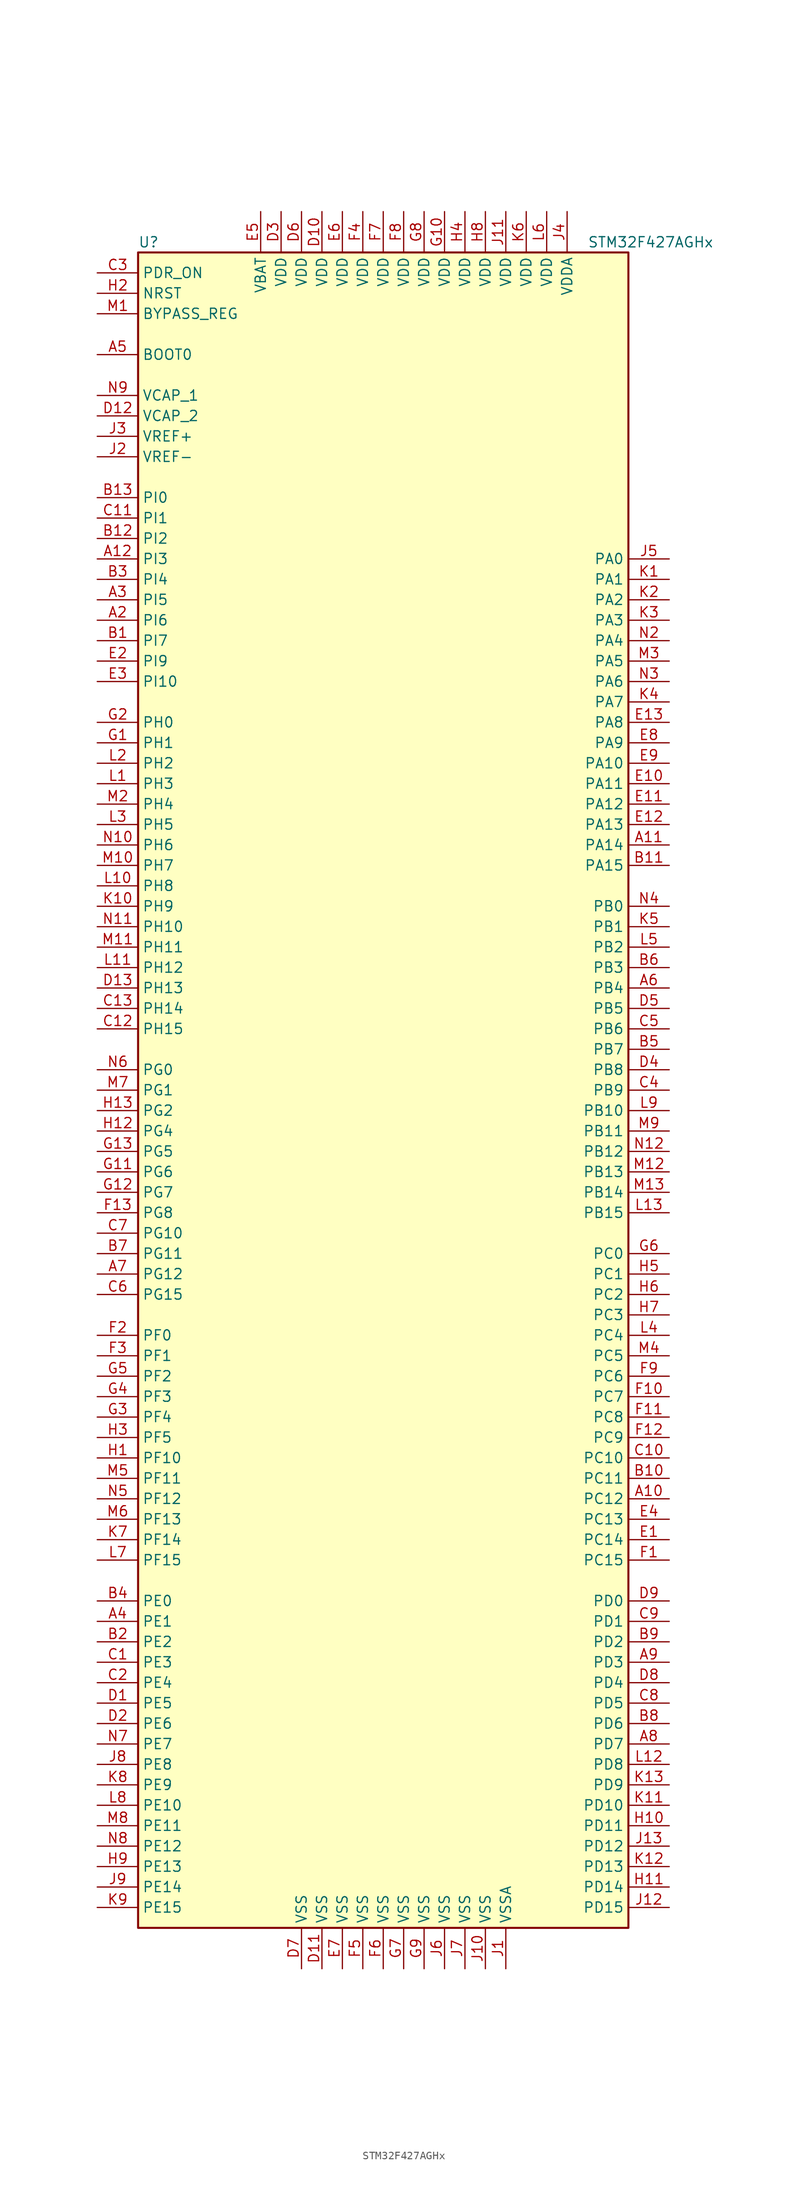
<source format=kicad_sym>
(kicad_symbol_lib
  (version 20201005)
  (generator kicad_symbol_editor)
  (symbol "STM32F427AGHx"
    (property "Reference" "U"
      (at -30.48 105.41 0)
      (effects (font (size 1.27 1.27)) (justify left)))
    (property "Value" "STM32F427AGHx"
      (at 25.4 105.41 0)
      (effects (font (size 1.27 1.27)) (justify left)))
    (symbol "STM32F427AGHx_0_1"
      (rectangle (start -30.48 -104.14) (end 30.48 104.14) (stroke (width 0.254)) (fill (type background))))
    (symbol "STM32F427AGHx_1_1"
      (pin input line (at -35.56 91.44 0) (length 5.08) (name "BOOT0" (effects (font (size 1.27 1.27)))) (number "A5" (effects (font (size 1.27 1.27)))))
      (pin input line (at -35.56 96.52 0) (length 5.08) (name "BYPASS_REG" (effects (font (size 1.27 1.27)))) (number "M1" (effects (font (size 1.27 1.27)))))
      (pin no_connect line (at -30.48 -101.6 0) (length 5.08) hide (name "NC" (effects (font (size 1.27 1.27)))) (number "A1" (effects (font (size 1.27 1.27)))))
      (pin no_connect line (at -30.48 -99.06 0) (length 5.08) hide (name "NC" (effects (font (size 1.27 1.27)))) (number "A13" (effects (font (size 1.27 1.27)))))
      (pin no_connect line (at -30.48 -96.52 0) (length 5.08) hide (name "NC" (effects (font (size 1.27 1.27)))) (number "N1" (effects (font (size 1.27 1.27)))))
      (pin no_connect line (at -30.48 -93.98 0) (length 5.08) hide (name "NC" (effects (font (size 1.27 1.27)))) (number "N13" (effects (font (size 1.27 1.27)))))
      (pin input line (at -35.56 99.06 0) (length 5.08) (name "NRST" (effects (font (size 1.27 1.27)))) (number "H2" (effects (font (size 1.27 1.27)))))
      (pin bidirectional line (at 35.56 66.04 180) (length 5.08) (name "PA0" (effects (font (size 1.27 1.27)))) (number "J5" (effects (font (size 1.27 1.27)))))
      (pin bidirectional line (at 35.56 63.5 180) (length 5.08) (name "PA1" (effects (font (size 1.27 1.27)))) (number "K1" (effects (font (size 1.27 1.27)))))
      (pin bidirectional line (at 35.56 40.64 180) (length 5.08) (name "PA10" (effects (font (size 1.27 1.27)))) (number "E9" (effects (font (size 1.27 1.27)))))
      (pin bidirectional line (at 35.56 38.1 180) (length 5.08) (name "PA11" (effects (font (size 1.27 1.27)))) (number "E10" (effects (font (size 1.27 1.27)))))
      (pin bidirectional line (at 35.56 35.56 180) (length 5.08) (name "PA12" (effects (font (size 1.27 1.27)))) (number "E11" (effects (font (size 1.27 1.27)))))
      (pin bidirectional line (at 35.56 33.02 180) (length 5.08) (name "PA13" (effects (font (size 1.27 1.27)))) (number "E12" (effects (font (size 1.27 1.27)))))
      (pin bidirectional line (at 35.56 30.48 180) (length 5.08) (name "PA14" (effects (font (size 1.27 1.27)))) (number "A11" (effects (font (size 1.27 1.27)))))
      (pin bidirectional line (at 35.56 27.94 180) (length 5.08) (name "PA15" (effects (font (size 1.27 1.27)))) (number "B11" (effects (font (size 1.27 1.27)))))
      (pin bidirectional line (at 35.56 60.96 180) (length 5.08) (name "PA2" (effects (font (size 1.27 1.27)))) (number "K2" (effects (font (size 1.27 1.27)))))
      (pin bidirectional line (at 35.56 58.42 180) (length 5.08) (name "PA3" (effects (font (size 1.27 1.27)))) (number "K3" (effects (font (size 1.27 1.27)))))
      (pin bidirectional line (at 35.56 55.88 180) (length 5.08) (name "PA4" (effects (font (size 1.27 1.27)))) (number "N2" (effects (font (size 1.27 1.27)))))
      (pin bidirectional line (at 35.56 53.34 180) (length 5.08) (name "PA5" (effects (font (size 1.27 1.27)))) (number "M3" (effects (font (size 1.27 1.27)))))
      (pin bidirectional line (at 35.56 50.8 180) (length 5.08) (name "PA6" (effects (font (size 1.27 1.27)))) (number "N3" (effects (font (size 1.27 1.27)))))
      (pin bidirectional line (at 35.56 48.26 180) (length 5.08) (name "PA7" (effects (font (size 1.27 1.27)))) (number "K4" (effects (font (size 1.27 1.27)))))
      (pin bidirectional line (at 35.56 45.72 180) (length 5.08) (name "PA8" (effects (font (size 1.27 1.27)))) (number "E13" (effects (font (size 1.27 1.27)))))
      (pin bidirectional line (at 35.56 43.18 180) (length 5.08) (name "PA9" (effects (font (size 1.27 1.27)))) (number "E8" (effects (font (size 1.27 1.27)))))
      (pin bidirectional line (at 35.56 22.86 180) (length 5.08) (name "PB0" (effects (font (size 1.27 1.27)))) (number "N4" (effects (font (size 1.27 1.27)))))
      (pin bidirectional line (at 35.56 20.32 180) (length 5.08) (name "PB1" (effects (font (size 1.27 1.27)))) (number "K5" (effects (font (size 1.27 1.27)))))
      (pin bidirectional line (at 35.56 -2.54 180) (length 5.08) (name "PB10" (effects (font (size 1.27 1.27)))) (number "L9" (effects (font (size 1.27 1.27)))))
      (pin bidirectional line (at 35.56 -5.08 180) (length 5.08) (name "PB11" (effects (font (size 1.27 1.27)))) (number "M9" (effects (font (size 1.27 1.27)))))
      (pin bidirectional line (at 35.56 -7.62 180) (length 5.08) (name "PB12" (effects (font (size 1.27 1.27)))) (number "N12" (effects (font (size 1.27 1.27)))))
      (pin bidirectional line (at 35.56 -10.16 180) (length 5.08) (name "PB13" (effects (font (size 1.27 1.27)))) (number "M12" (effects (font (size 1.27 1.27)))))
      (pin bidirectional line (at 35.56 -12.7 180) (length 5.08) (name "PB14" (effects (font (size 1.27 1.27)))) (number "M13" (effects (font (size 1.27 1.27)))))
      (pin bidirectional line (at 35.56 -15.24 180) (length 5.08) (name "PB15" (effects (font (size 1.27 1.27)))) (number "L13" (effects (font (size 1.27 1.27)))))
      (pin bidirectional line (at 35.56 17.78 180) (length 5.08) (name "PB2" (effects (font (size 1.27 1.27)))) (number "L5" (effects (font (size 1.27 1.27)))))
      (pin bidirectional line (at 35.56 15.24 180) (length 5.08) (name "PB3" (effects (font (size 1.27 1.27)))) (number "B6" (effects (font (size 1.27 1.27)))))
      (pin bidirectional line (at 35.56 12.7 180) (length 5.08) (name "PB4" (effects (font (size 1.27 1.27)))) (number "A6" (effects (font (size 1.27 1.27)))))
      (pin bidirectional line (at 35.56 10.16 180) (length 5.08) (name "PB5" (effects (font (size 1.27 1.27)))) (number "D5" (effects (font (size 1.27 1.27)))))
      (pin bidirectional line (at 35.56 7.62 180) (length 5.08) (name "PB6" (effects (font (size 1.27 1.27)))) (number "C5" (effects (font (size 1.27 1.27)))))
      (pin bidirectional line (at 35.56 5.08 180) (length 5.08) (name "PB7" (effects (font (size 1.27 1.27)))) (number "B5" (effects (font (size 1.27 1.27)))))
      (pin bidirectional line (at 35.56 2.54 180) (length 5.08) (name "PB8" (effects (font (size 1.27 1.27)))) (number "D4" (effects (font (size 1.27 1.27)))))
      (pin bidirectional line (at 35.56 0 180) (length 5.08) (name "PB9" (effects (font (size 1.27 1.27)))) (number "C4" (effects (font (size 1.27 1.27)))))
      (pin bidirectional line (at 35.56 -20.32 180) (length 5.08) (name "PC0" (effects (font (size 1.27 1.27)))) (number "G6" (effects (font (size 1.27 1.27)))))
      (pin bidirectional line (at 35.56 -22.86 180) (length 5.08) (name "PC1" (effects (font (size 1.27 1.27)))) (number "H5" (effects (font (size 1.27 1.27)))))
      (pin bidirectional line (at 35.56 -45.72 180) (length 5.08) (name "PC10" (effects (font (size 1.27 1.27)))) (number "C10" (effects (font (size 1.27 1.27)))))
      (pin bidirectional line (at 35.56 -48.26 180) (length 5.08) (name "PC11" (effects (font (size 1.27 1.27)))) (number "B10" (effects (font (size 1.27 1.27)))))
      (pin bidirectional line (at 35.56 -50.8 180) (length 5.08) (name "PC12" (effects (font (size 1.27 1.27)))) (number "A10" (effects (font (size 1.27 1.27)))))
      (pin bidirectional line (at 35.56 -53.34 180) (length 5.08) (name "PC13" (effects (font (size 1.27 1.27)))) (number "E4" (effects (font (size 1.27 1.27)))))
      (pin bidirectional line (at 35.56 -55.88 180) (length 5.08) (name "PC14" (effects (font (size 1.27 1.27)))) (number "E1" (effects (font (size 1.27 1.27)))))
      (pin bidirectional line (at 35.56 -58.42 180) (length 5.08) (name "PC15" (effects (font (size 1.27 1.27)))) (number "F1" (effects (font (size 1.27 1.27)))))
      (pin bidirectional line (at 35.56 -25.4 180) (length 5.08) (name "PC2" (effects (font (size 1.27 1.27)))) (number "H6" (effects (font (size 1.27 1.27)))))
      (pin bidirectional line (at 35.56 -27.94 180) (length 5.08) (name "PC3" (effects (font (size 1.27 1.27)))) (number "H7" (effects (font (size 1.27 1.27)))))
      (pin bidirectional line (at 35.56 -30.48 180) (length 5.08) (name "PC4" (effects (font (size 1.27 1.27)))) (number "L4" (effects (font (size 1.27 1.27)))))
      (pin bidirectional line (at 35.56 -33.02 180) (length 5.08) (name "PC5" (effects (font (size 1.27 1.27)))) (number "M4" (effects (font (size 1.27 1.27)))))
      (pin bidirectional line (at 35.56 -35.56 180) (length 5.08) (name "PC6" (effects (font (size 1.27 1.27)))) (number "F9" (effects (font (size 1.27 1.27)))))
      (pin bidirectional line (at 35.56 -38.1 180) (length 5.08) (name "PC7" (effects (font (size 1.27 1.27)))) (number "F10" (effects (font (size 1.27 1.27)))))
      (pin bidirectional line (at 35.56 -40.64 180) (length 5.08) (name "PC8" (effects (font (size 1.27 1.27)))) (number "F11" (effects (font (size 1.27 1.27)))))
      (pin bidirectional line (at 35.56 -43.18 180) (length 5.08) (name "PC9" (effects (font (size 1.27 1.27)))) (number "F12" (effects (font (size 1.27 1.27)))))
      (pin bidirectional line (at 35.56 -63.5 180) (length 5.08) (name "PD0" (effects (font (size 1.27 1.27)))) (number "D9" (effects (font (size 1.27 1.27)))))
      (pin bidirectional line (at 35.56 -66.04 180) (length 5.08) (name "PD1" (effects (font (size 1.27 1.27)))) (number "C9" (effects (font (size 1.27 1.27)))))
      (pin bidirectional line (at 35.56 -88.9 180) (length 5.08) (name "PD10" (effects (font (size 1.27 1.27)))) (number "K11" (effects (font (size 1.27 1.27)))))
      (pin bidirectional line (at 35.56 -91.44 180) (length 5.08) (name "PD11" (effects (font (size 1.27 1.27)))) (number "H10" (effects (font (size 1.27 1.27)))))
      (pin bidirectional line (at 35.56 -93.98 180) (length 5.08) (name "PD12" (effects (font (size 1.27 1.27)))) (number "J13" (effects (font (size 1.27 1.27)))))
      (pin bidirectional line (at 35.56 -96.52 180) (length 5.08) (name "PD13" (effects (font (size 1.27 1.27)))) (number "K12" (effects (font (size 1.27 1.27)))))
      (pin bidirectional line (at 35.56 -99.06 180) (length 5.08) (name "PD14" (effects (font (size 1.27 1.27)))) (number "H11" (effects (font (size 1.27 1.27)))))
      (pin bidirectional line (at 35.56 -101.6 180) (length 5.08) (name "PD15" (effects (font (size 1.27 1.27)))) (number "J12" (effects (font (size 1.27 1.27)))))
      (pin bidirectional line (at 35.56 -68.58 180) (length 5.08) (name "PD2" (effects (font (size 1.27 1.27)))) (number "B9" (effects (font (size 1.27 1.27)))))
      (pin bidirectional line (at 35.56 -71.12 180) (length 5.08) (name "PD3" (effects (font (size 1.27 1.27)))) (number "A9" (effects (font (size 1.27 1.27)))))
      (pin bidirectional line (at 35.56 -73.66 180) (length 5.08) (name "PD4" (effects (font (size 1.27 1.27)))) (number "D8" (effects (font (size 1.27 1.27)))))
      (pin bidirectional line (at 35.56 -76.2 180) (length 5.08) (name "PD5" (effects (font (size 1.27 1.27)))) (number "C8" (effects (font (size 1.27 1.27)))))
      (pin bidirectional line (at 35.56 -78.74 180) (length 5.08) (name "PD6" (effects (font (size 1.27 1.27)))) (number "B8" (effects (font (size 1.27 1.27)))))
      (pin bidirectional line (at 35.56 -81.28 180) (length 5.08) (name "PD7" (effects (font (size 1.27 1.27)))) (number "A8" (effects (font (size 1.27 1.27)))))
      (pin bidirectional line (at 35.56 -83.82 180) (length 5.08) (name "PD8" (effects (font (size 1.27 1.27)))) (number "L12" (effects (font (size 1.27 1.27)))))
      (pin bidirectional line (at 35.56 -86.36 180) (length 5.08) (name "PD9" (effects (font (size 1.27 1.27)))) (number "K13" (effects (font (size 1.27 1.27)))))
      (pin input line (at -35.56 101.6 0) (length 5.08) (name "PDR_ON" (effects (font (size 1.27 1.27)))) (number "C3" (effects (font (size 1.27 1.27)))))
      (pin bidirectional line (at -35.56 -63.5 0) (length 5.08) (name "PE0" (effects (font (size 1.27 1.27)))) (number "B4" (effects (font (size 1.27 1.27)))))
      (pin bidirectional line (at -35.56 -66.04 0) (length 5.08) (name "PE1" (effects (font (size 1.27 1.27)))) (number "A4" (effects (font (size 1.27 1.27)))))
      (pin bidirectional line (at -35.56 -88.9 0) (length 5.08) (name "PE10" (effects (font (size 1.27 1.27)))) (number "L8" (effects (font (size 1.27 1.27)))))
      (pin bidirectional line (at -35.56 -91.44 0) (length 5.08) (name "PE11" (effects (font (size 1.27 1.27)))) (number "M8" (effects (font (size 1.27 1.27)))))
      (pin bidirectional line (at -35.56 -93.98 0) (length 5.08) (name "PE12" (effects (font (size 1.27 1.27)))) (number "N8" (effects (font (size 1.27 1.27)))))
      (pin bidirectional line (at -35.56 -96.52 0) (length 5.08) (name "PE13" (effects (font (size 1.27 1.27)))) (number "H9" (effects (font (size 1.27 1.27)))))
      (pin bidirectional line (at -35.56 -99.06 0) (length 5.08) (name "PE14" (effects (font (size 1.27 1.27)))) (number "J9" (effects (font (size 1.27 1.27)))))
      (pin bidirectional line (at -35.56 -101.6 0) (length 5.08) (name "PE15" (effects (font (size 1.27 1.27)))) (number "K9" (effects (font (size 1.27 1.27)))))
      (pin bidirectional line (at -35.56 -68.58 0) (length 5.08) (name "PE2" (effects (font (size 1.27 1.27)))) (number "B2" (effects (font (size 1.27 1.27)))))
      (pin bidirectional line (at -35.56 -71.12 0) (length 5.08) (name "PE3" (effects (font (size 1.27 1.27)))) (number "C1" (effects (font (size 1.27 1.27)))))
      (pin bidirectional line (at -35.56 -73.66 0) (length 5.08) (name "PE4" (effects (font (size 1.27 1.27)))) (number "C2" (effects (font (size 1.27 1.27)))))
      (pin bidirectional line (at -35.56 -76.2 0) (length 5.08) (name "PE5" (effects (font (size 1.27 1.27)))) (number "D1" (effects (font (size 1.27 1.27)))))
      (pin bidirectional line (at -35.56 -78.74 0) (length 5.08) (name "PE6" (effects (font (size 1.27 1.27)))) (number "D2" (effects (font (size 1.27 1.27)))))
      (pin bidirectional line (at -35.56 -81.28 0) (length 5.08) (name "PE7" (effects (font (size 1.27 1.27)))) (number "N7" (effects (font (size 1.27 1.27)))))
      (pin bidirectional line (at -35.56 -83.82 0) (length 5.08) (name "PE8" (effects (font (size 1.27 1.27)))) (number "J8" (effects (font (size 1.27 1.27)))))
      (pin bidirectional line (at -35.56 -86.36 0) (length 5.08) (name "PE9" (effects (font (size 1.27 1.27)))) (number "K8" (effects (font (size 1.27 1.27)))))
      (pin bidirectional line (at -35.56 -30.48 0) (length 5.08) (name "PF0" (effects (font (size 1.27 1.27)))) (number "F2" (effects (font (size 1.27 1.27)))))
      (pin bidirectional line (at -35.56 -33.02 0) (length 5.08) (name "PF1" (effects (font (size 1.27 1.27)))) (number "F3" (effects (font (size 1.27 1.27)))))
      (pin bidirectional line (at -35.56 -45.72 0) (length 5.08) (name "PF10" (effects (font (size 1.27 1.27)))) (number "H1" (effects (font (size 1.27 1.27)))))
      (pin bidirectional line (at -35.56 -48.26 0) (length 5.08) (name "PF11" (effects (font (size 1.27 1.27)))) (number "M5" (effects (font (size 1.27 1.27)))))
      (pin bidirectional line (at -35.56 -50.8 0) (length 5.08) (name "PF12" (effects (font (size 1.27 1.27)))) (number "N5" (effects (font (size 1.27 1.27)))))
      (pin bidirectional line (at -35.56 -53.34 0) (length 5.08) (name "PF13" (effects (font (size 1.27 1.27)))) (number "M6" (effects (font (size 1.27 1.27)))))
      (pin bidirectional line (at -35.56 -55.88 0) (length 5.08) (name "PF14" (effects (font (size 1.27 1.27)))) (number "K7" (effects (font (size 1.27 1.27)))))
      (pin bidirectional line (at -35.56 -58.42 0) (length 5.08) (name "PF15" (effects (font (size 1.27 1.27)))) (number "L7" (effects (font (size 1.27 1.27)))))
      (pin bidirectional line (at -35.56 -35.56 0) (length 5.08) (name "PF2" (effects (font (size 1.27 1.27)))) (number "G5" (effects (font (size 1.27 1.27)))))
      (pin bidirectional line (at -35.56 -38.1 0) (length 5.08) (name "PF3" (effects (font (size 1.27 1.27)))) (number "G4" (effects (font (size 1.27 1.27)))))
      (pin bidirectional line (at -35.56 -40.64 0) (length 5.08) (name "PF4" (effects (font (size 1.27 1.27)))) (number "G3" (effects (font (size 1.27 1.27)))))
      (pin bidirectional line (at -35.56 -43.18 0) (length 5.08) (name "PF5" (effects (font (size 1.27 1.27)))) (number "H3" (effects (font (size 1.27 1.27)))))
      (pin bidirectional line (at -35.56 2.54 0) (length 5.08) (name "PG0" (effects (font (size 1.27 1.27)))) (number "N6" (effects (font (size 1.27 1.27)))))
      (pin bidirectional line (at -35.56 0 0) (length 5.08) (name "PG1" (effects (font (size 1.27 1.27)))) (number "M7" (effects (font (size 1.27 1.27)))))
      (pin bidirectional line (at -35.56 -17.78 0) (length 5.08) (name "PG10" (effects (font (size 1.27 1.27)))) (number "C7" (effects (font (size 1.27 1.27)))))
      (pin bidirectional line (at -35.56 -20.32 0) (length 5.08) (name "PG11" (effects (font (size 1.27 1.27)))) (number "B7" (effects (font (size 1.27 1.27)))))
      (pin bidirectional line (at -35.56 -22.86 0) (length 5.08) (name "PG12" (effects (font (size 1.27 1.27)))) (number "A7" (effects (font (size 1.27 1.27)))))
      (pin bidirectional line (at -35.56 -25.4 0) (length 5.08) (name "PG15" (effects (font (size 1.27 1.27)))) (number "C6" (effects (font (size 1.27 1.27)))))
      (pin bidirectional line (at -35.56 -2.54 0) (length 5.08) (name "PG2" (effects (font (size 1.27 1.27)))) (number "H13" (effects (font (size 1.27 1.27)))))
      (pin bidirectional line (at -35.56 -5.08 0) (length 5.08) (name "PG4" (effects (font (size 1.27 1.27)))) (number "H12" (effects (font (size 1.27 1.27)))))
      (pin bidirectional line (at -35.56 -7.62 0) (length 5.08) (name "PG5" (effects (font (size 1.27 1.27)))) (number "G13" (effects (font (size 1.27 1.27)))))
      (pin bidirectional line (at -35.56 -10.16 0) (length 5.08) (name "PG6" (effects (font (size 1.27 1.27)))) (number "G11" (effects (font (size 1.27 1.27)))))
      (pin bidirectional line (at -35.56 -12.7 0) (length 5.08) (name "PG7" (effects (font (size 1.27 1.27)))) (number "G12" (effects (font (size 1.27 1.27)))))
      (pin bidirectional line (at -35.56 -15.24 0) (length 5.08) (name "PG8" (effects (font (size 1.27 1.27)))) (number "F13" (effects (font (size 1.27 1.27)))))
      (pin input line (at -35.56 45.72 0) (length 5.08) (name "PH0" (effects (font (size 1.27 1.27)))) (number "G2" (effects (font (size 1.27 1.27)))))
      (pin input line (at -35.56 43.18 0) (length 5.08) (name "PH1" (effects (font (size 1.27 1.27)))) (number "G1" (effects (font (size 1.27 1.27)))))
      (pin bidirectional line (at -35.56 20.32 0) (length 5.08) (name "PH10" (effects (font (size 1.27 1.27)))) (number "N11" (effects (font (size 1.27 1.27)))))
      (pin bidirectional line (at -35.56 17.78 0) (length 5.08) (name "PH11" (effects (font (size 1.27 1.27)))) (number "M11" (effects (font (size 1.27 1.27)))))
      (pin bidirectional line (at -35.56 15.24 0) (length 5.08) (name "PH12" (effects (font (size 1.27 1.27)))) (number "L11" (effects (font (size 1.27 1.27)))))
      (pin bidirectional line (at -35.56 12.7 0) (length 5.08) (name "PH13" (effects (font (size 1.27 1.27)))) (number "D13" (effects (font (size 1.27 1.27)))))
      (pin bidirectional line (at -35.56 10.16 0) (length 5.08) (name "PH14" (effects (font (size 1.27 1.27)))) (number "C13" (effects (font (size 1.27 1.27)))))
      (pin bidirectional line (at -35.56 7.62 0) (length 5.08) (name "PH15" (effects (font (size 1.27 1.27)))) (number "C12" (effects (font (size 1.27 1.27)))))
      (pin bidirectional line (at -35.56 40.64 0) (length 5.08) (name "PH2" (effects (font (size 1.27 1.27)))) (number "L2" (effects (font (size 1.27 1.27)))))
      (pin bidirectional line (at -35.56 38.1 0) (length 5.08) (name "PH3" (effects (font (size 1.27 1.27)))) (number "L1" (effects (font (size 1.27 1.27)))))
      (pin bidirectional line (at -35.56 35.56 0) (length 5.08) (name "PH4" (effects (font (size 1.27 1.27)))) (number "M2" (effects (font (size 1.27 1.27)))))
      (pin bidirectional line (at -35.56 33.02 0) (length 5.08) (name "PH5" (effects (font (size 1.27 1.27)))) (number "L3" (effects (font (size 1.27 1.27)))))
      (pin bidirectional line (at -35.56 30.48 0) (length 5.08) (name "PH6" (effects (font (size 1.27 1.27)))) (number "N10" (effects (font (size 1.27 1.27)))))
      (pin bidirectional line (at -35.56 27.94 0) (length 5.08) (name "PH7" (effects (font (size 1.27 1.27)))) (number "M10" (effects (font (size 1.27 1.27)))))
      (pin bidirectional line (at -35.56 25.4 0) (length 5.08) (name "PH8" (effects (font (size 1.27 1.27)))) (number "L10" (effects (font (size 1.27 1.27)))))
      (pin bidirectional line (at -35.56 22.86 0) (length 5.08) (name "PH9" (effects (font (size 1.27 1.27)))) (number "K10" (effects (font (size 1.27 1.27)))))
      (pin bidirectional line (at -35.56 73.66 0) (length 5.08) (name "PI0" (effects (font (size 1.27 1.27)))) (number "B13" (effects (font (size 1.27 1.27)))))
      (pin bidirectional line (at -35.56 71.12 0) (length 5.08) (name "PI1" (effects (font (size 1.27 1.27)))) (number "C11" (effects (font (size 1.27 1.27)))))
      (pin bidirectional line (at -35.56 50.8 0) (length 5.08) (name "PI10" (effects (font (size 1.27 1.27)))) (number "E3" (effects (font (size 1.27 1.27)))))
      (pin bidirectional line (at -35.56 68.58 0) (length 5.08) (name "PI2" (effects (font (size 1.27 1.27)))) (number "B12" (effects (font (size 1.27 1.27)))))
      (pin bidirectional line (at -35.56 66.04 0) (length 5.08) (name "PI3" (effects (font (size 1.27 1.27)))) (number "A12" (effects (font (size 1.27 1.27)))))
      (pin bidirectional line (at -35.56 63.5 0) (length 5.08) (name "PI4" (effects (font (size 1.27 1.27)))) (number "B3" (effects (font (size 1.27 1.27)))))
      (pin bidirectional line (at -35.56 60.96 0) (length 5.08) (name "PI5" (effects (font (size 1.27 1.27)))) (number "A3" (effects (font (size 1.27 1.27)))))
      (pin bidirectional line (at -35.56 58.42 0) (length 5.08) (name "PI6" (effects (font (size 1.27 1.27)))) (number "A2" (effects (font (size 1.27 1.27)))))
      (pin bidirectional line (at -35.56 55.88 0) (length 5.08) (name "PI7" (effects (font (size 1.27 1.27)))) (number "B1" (effects (font (size 1.27 1.27)))))
      (pin bidirectional line (at -35.56 53.34 0) (length 5.08) (name "PI9" (effects (font (size 1.27 1.27)))) (number "E2" (effects (font (size 1.27 1.27)))))
      (pin power_in line (at -15.24 109.22 270) (length 5.08) (name "VBAT" (effects (font (size 1.27 1.27)))) (number "E5" (effects (font (size 1.27 1.27)))))
      (pin power_in line (at -35.56 86.36 0) (length 5.08) (name "VCAP_1" (effects (font (size 1.27 1.27)))) (number "N9" (effects (font (size 1.27 1.27)))))
      (pin power_in line (at -35.56 83.82 0) (length 5.08) (name "VCAP_2" (effects (font (size 1.27 1.27)))) (number "D12" (effects (font (size 1.27 1.27)))))
      (pin power_in line (at -7.62 109.22 270) (length 5.08) (name "VDD" (effects (font (size 1.27 1.27)))) (number "D10" (effects (font (size 1.27 1.27)))))
      (pin power_in line (at -12.7 109.22 270) (length 5.08) (name "VDD" (effects (font (size 1.27 1.27)))) (number "D3" (effects (font (size 1.27 1.27)))))
      (pin power_in line (at -10.16 109.22 270) (length 5.08) (name "VDD" (effects (font (size 1.27 1.27)))) (number "D6" (effects (font (size 1.27 1.27)))))
      (pin power_in line (at -5.08 109.22 270) (length 5.08) (name "VDD" (effects (font (size 1.27 1.27)))) (number "E6" (effects (font (size 1.27 1.27)))))
      (pin power_in line (at -2.54 109.22 270) (length 5.08) (name "VDD" (effects (font (size 1.27 1.27)))) (number "F4" (effects (font (size 1.27 1.27)))))
      (pin power_in line (at 0 109.22 270) (length 5.08) (name "VDD" (effects (font (size 1.27 1.27)))) (number "F7" (effects (font (size 1.27 1.27)))))
      (pin power_in line (at 2.54 109.22 270) (length 5.08) (name "VDD" (effects (font (size 1.27 1.27)))) (number "F8" (effects (font (size 1.27 1.27)))))
      (pin power_in line (at 7.62 109.22 270) (length 5.08) (name "VDD" (effects (font (size 1.27 1.27)))) (number "G10" (effects (font (size 1.27 1.27)))))
      (pin power_in line (at 5.08 109.22 270) (length 5.08) (name "VDD" (effects (font (size 1.27 1.27)))) (number "G8" (effects (font (size 1.27 1.27)))))
      (pin power_in line (at 10.16 109.22 270) (length 5.08) (name "VDD" (effects (font (size 1.27 1.27)))) (number "H4" (effects (font (size 1.27 1.27)))))
      (pin power_in line (at 12.7 109.22 270) (length 5.08) (name "VDD" (effects (font (size 1.27 1.27)))) (number "H8" (effects (font (size 1.27 1.27)))))
      (pin power_in line (at 15.24 109.22 270) (length 5.08) (name "VDD" (effects (font (size 1.27 1.27)))) (number "J11" (effects (font (size 1.27 1.27)))))
      (pin power_in line (at 17.78 109.22 270) (length 5.08) (name "VDD" (effects (font (size 1.27 1.27)))) (number "K6" (effects (font (size 1.27 1.27)))))
      (pin power_in line (at 20.32 109.22 270) (length 5.08) (name "VDD" (effects (font (size 1.27 1.27)))) (number "L6" (effects (font (size 1.27 1.27)))))
      (pin power_in line (at 22.86 109.22 270) (length 5.08) (name "VDDA" (effects (font (size 1.27 1.27)))) (number "J4" (effects (font (size 1.27 1.27)))))
      (pin power_in line (at -35.56 81.28 0) (length 5.08) (name "VREF+" (effects (font (size 1.27 1.27)))) (number "J3" (effects (font (size 1.27 1.27)))))
      (pin power_in line (at -35.56 78.74 0) (length 5.08) (name "VREF-" (effects (font (size 1.27 1.27)))) (number "J2" (effects (font (size 1.27 1.27)))))
      (pin power_in line (at -7.62 -109.22 90) (length 5.08) (name "VSS" (effects (font (size 1.27 1.27)))) (number "D11" (effects (font (size 1.27 1.27)))))
      (pin power_in line (at -10.16 -109.22 90) (length 5.08) (name "VSS" (effects (font (size 1.27 1.27)))) (number "D7" (effects (font (size 1.27 1.27)))))
      (pin power_in line (at -5.08 -109.22 90) (length 5.08) (name "VSS" (effects (font (size 1.27 1.27)))) (number "E7" (effects (font (size 1.27 1.27)))))
      (pin power_in line (at -2.54 -109.22 90) (length 5.08) (name "VSS" (effects (font (size 1.27 1.27)))) (number "F5" (effects (font (size 1.27 1.27)))))
      (pin power_in line (at 0 -109.22 90) (length 5.08) (name "VSS" (effects (font (size 1.27 1.27)))) (number "F6" (effects (font (size 1.27 1.27)))))
      (pin power_in line (at 2.54 -109.22 90) (length 5.08) (name "VSS" (effects (font (size 1.27 1.27)))) (number "G7" (effects (font (size 1.27 1.27)))))
      (pin power_in line (at 5.08 -109.22 90) (length 5.08) (name "VSS" (effects (font (size 1.27 1.27)))) (number "G9" (effects (font (size 1.27 1.27)))))
      (pin power_in line (at 12.7 -109.22 90) (length 5.08) (name "VSS" (effects (font (size 1.27 1.27)))) (number "J10" (effects (font (size 1.27 1.27)))))
      (pin power_in line (at 7.62 -109.22 90) (length 5.08) (name "VSS" (effects (font (size 1.27 1.27)))) (number "J6" (effects (font (size 1.27 1.27)))))
      (pin power_in line (at 10.16 -109.22 90) (length 5.08) (name "VSS" (effects (font (size 1.27 1.27)))) (number "J7" (effects (font (size 1.27 1.27)))))
      (pin power_in line (at 15.24 -109.22 90) (length 5.08) (name "VSSA" (effects (font (size 1.27 1.27)))) (number "J1" (effects (font (size 1.27 1.27))))))))
</source>
